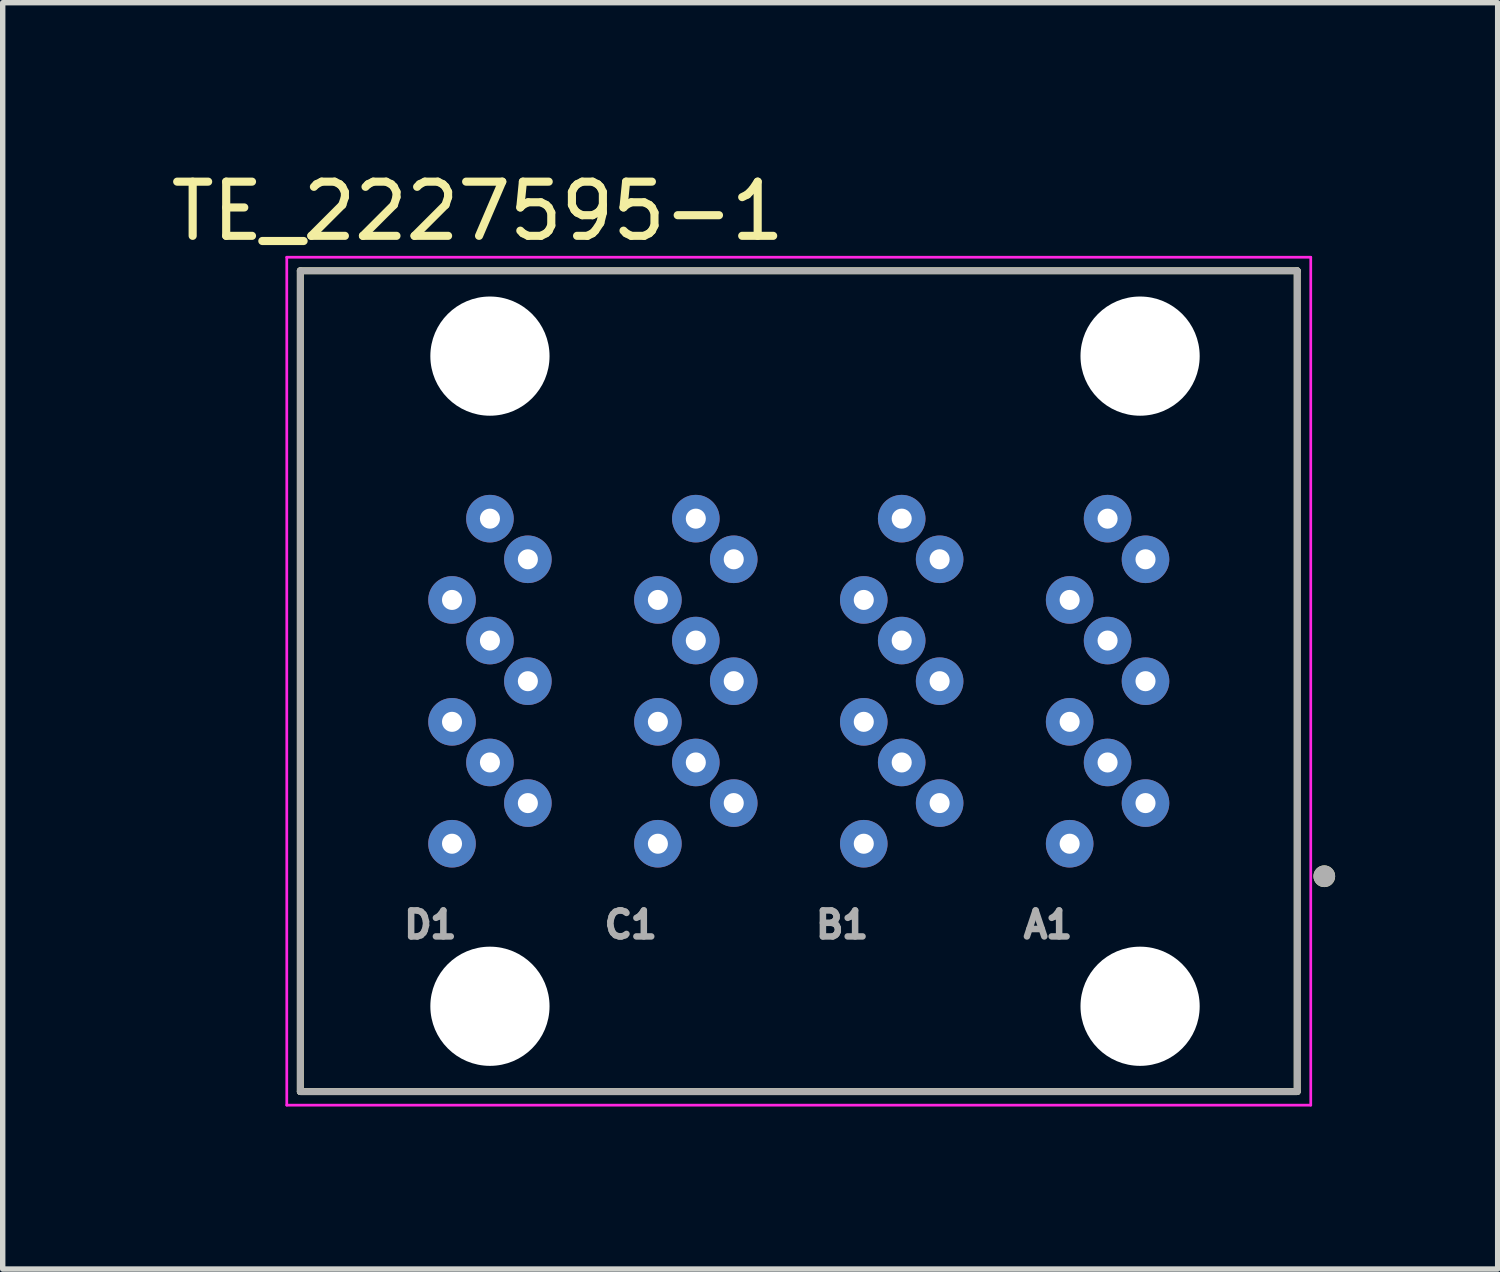
<source format=kicad_pcb>
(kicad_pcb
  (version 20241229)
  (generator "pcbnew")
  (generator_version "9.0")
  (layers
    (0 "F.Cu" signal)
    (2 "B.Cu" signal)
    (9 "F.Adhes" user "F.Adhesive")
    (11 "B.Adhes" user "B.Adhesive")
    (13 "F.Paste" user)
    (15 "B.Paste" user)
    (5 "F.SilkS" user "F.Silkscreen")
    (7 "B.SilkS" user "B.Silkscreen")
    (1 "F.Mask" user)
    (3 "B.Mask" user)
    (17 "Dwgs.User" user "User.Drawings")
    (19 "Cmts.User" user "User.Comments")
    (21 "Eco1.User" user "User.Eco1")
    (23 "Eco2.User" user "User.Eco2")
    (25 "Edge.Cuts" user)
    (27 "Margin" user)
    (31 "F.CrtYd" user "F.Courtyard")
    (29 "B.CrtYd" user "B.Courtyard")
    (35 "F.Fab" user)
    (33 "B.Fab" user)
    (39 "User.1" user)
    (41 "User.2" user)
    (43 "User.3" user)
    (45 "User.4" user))
  (footprint "TE_2227595-1"
    (layer "F.Cu")
    (at 11.693 9.523)
    (property "Reference" "TE_2227595-1" (at -5.925 -8.675 0) (layer "F.SilkS") (effects (font (size 1 1) (thickness 0.15))))
    (attr through_hole)
    (fp_line (start -9.2 -7.575) (end 9.2 -7.575) (stroke (width 0.127) (type solid)) (layer "F.SilkS"))
    (fp_line (start -9.2 7.575) (end -9.2 -7.575) (stroke (width 0.127) (type solid)) (layer "F.SilkS"))
    (fp_line (start 9.2 -7.575) (end 9.2 7.575) (stroke (width 0.127) (type solid)) (layer "F.SilkS"))
    (fp_line (start 9.2 7.575) (end -9.2 7.575) (stroke (width 0.127) (type solid)) (layer "F.SilkS"))
    (fp_circle (center 9.7 3.6) (end 9.8 3.6) (stroke (width 0.2) (type solid)) (fill no) (layer "F.SilkS"))
    (fp_line (start -9.45 -7.825) (end 9.45 -7.825) (stroke (width 0.05) (type solid)) (layer "F.CrtYd"))
    (fp_line (start -9.45 7.825) (end -9.45 -7.825) (stroke (width 0.05) (type solid)) (layer "F.CrtYd"))
    (fp_line (start 9.45 -7.825) (end 9.45 7.825) (stroke (width 0.05) (type solid)) (layer "F.CrtYd"))
    (fp_line (start 9.45 7.825) (end -9.45 7.825) (stroke (width 0.05) (type solid)) (layer "F.CrtYd"))
    (fp_line (start -9.2 -7.575) (end 9.2 -7.575) (stroke (width 0.127) (type solid)) (layer "F.Fab"))
    (fp_line (start -9.2 7.575) (end -9.2 -7.575) (stroke (width 0.127) (type solid)) (layer "F.Fab"))
    (fp_line (start 9.2 -7.575) (end 9.2 7.575) (stroke (width 0.127) (type solid)) (layer "F.Fab"))
    (fp_line (start 9.2 7.575) (end -9.2 7.575) (stroke (width 0.127) (type solid)) (layer "F.Fab"))
    (fp_circle (center 9.7 3.6) (end 9.8 3.6) (stroke (width 0.2) (type solid)) (fill no) (layer "F.Fab"))
    (fp_text user "C1" (at -3.1 4.495 0) (layer "F.Fab") (effects (font (size 0.48 0.48) (thickness 0.15))))
    (fp_text user "D1" (at -6.8 4.495 0) (layer "F.Fab") (effects (font (size 0.48 0.48) (thickness 0.15))))
    (fp_text user "A1" (at 4.6 4.495 0) (layer "F.Fab") (effects (font (size 0.48 0.48) (thickness 0.15))))
    (fp_text user "B1" (at 0.8 4.495 0) (layer "F.Fab") (effects (font (size 0.48 0.48) (thickness 0.15))))
    (pad "" np_thru_hole circle (at -5.7 -6) (size 2.2 2.2) (drill 2.2) (layers "*.Cu" "*.Mask"))
    (pad "" np_thru_hole circle (at -5.7 6) (size 2.2 2.2) (drill 2.2) (layers "*.Cu" "*.Mask"))
    (pad "" np_thru_hole circle (at 6.3 -6) (size 2.2 2.2) (drill 2.2) (layers "*.Cu" "*.Mask"))
    (pad "" np_thru_hole circle (at 6.3 6) (size 2.2 2.2) (drill 2.2) (layers "*.Cu" "*.Mask"))
    (pad "A1" thru_hole circle (at 5 3) (size 0.878 0.878) (drill 0.37) (layers "*.Cu" "*.Mask"))
    (pad "A2" thru_hole circle (at 6.4 2.25) (size 0.878 0.878) (drill 0.37) (layers "*.Cu" "*.Mask"))
    (pad "A3" thru_hole circle (at 5.7 1.5) (size 0.878 0.878) (drill 0.37) (layers "*.Cu" "*.Mask"))
    (pad "A4" thru_hole circle (at 5 0.75) (size 0.878 0.878) (drill 0.37) (layers "*.Cu" "*.Mask"))
    (pad "A5" thru_hole circle (at 6.4 0) (size 0.878 0.878) (drill 0.37) (layers "*.Cu" "*.Mask"))
    (pad "A6" thru_hole circle (at 5.7 -0.75) (size 0.878 0.878) (drill 0.37) (layers "*.Cu" "*.Mask"))
    (pad "A7" thru_hole circle (at 5 -1.5) (size 0.878 0.878) (drill 0.37) (layers "*.Cu" "*.Mask"))
    (pad "A8" thru_hole circle (at 6.4 -2.25) (size 0.878 0.878) (drill 0.37) (layers "*.Cu" "*.Mask"))
    (pad "A9" thru_hole circle (at 5.7 -3) (size 0.878 0.878) (drill 0.37) (layers "*.Cu" "*.Mask"))
    (pad "B1" thru_hole circle (at 1.2 3) (size 0.878 0.878) (drill 0.37) (layers "*.Cu" "*.Mask"))
    (pad "B2" thru_hole circle (at 2.6 2.25) (size 0.878 0.878) (drill 0.37) (layers "*.Cu" "*.Mask"))
    (pad "B3" thru_hole circle (at 1.9 1.5) (size 0.878 0.878) (drill 0.37) (layers "*.Cu" "*.Mask"))
    (pad "B4" thru_hole circle (at 1.2 0.75) (size 0.878 0.878) (drill 0.37) (layers "*.Cu" "*.Mask"))
    (pad "B5" thru_hole circle (at 2.6 0) (size 0.878 0.878) (drill 0.37) (layers "*.Cu" "*.Mask"))
    (pad "B6" thru_hole circle (at 1.9 -0.75) (size 0.878 0.878) (drill 0.37) (layers "*.Cu" "*.Mask"))
    (pad "B7" thru_hole circle (at 1.2 -1.5) (size 0.878 0.878) (drill 0.37) (layers "*.Cu" "*.Mask"))
    (pad "B8" thru_hole circle (at 2.6 -2.25) (size 0.878 0.878) (drill 0.37) (layers "*.Cu" "*.Mask"))
    (pad "B9" thru_hole circle (at 1.9 -3) (size 0.878 0.878) (drill 0.37) (layers "*.Cu" "*.Mask"))
    (pad "C1" thru_hole circle (at -2.6 3) (size 0.878 0.878) (drill 0.37) (layers "*.Cu" "*.Mask"))
    (pad "C2" thru_hole circle (at -1.2 2.25) (size 0.878 0.878) (drill 0.37) (layers "*.Cu" "*.Mask"))
    (pad "C3" thru_hole circle (at -1.9 1.5) (size 0.878 0.878) (drill 0.37) (layers "*.Cu" "*.Mask"))
    (pad "C4" thru_hole circle (at -2.6 0.75) (size 0.878 0.878) (drill 0.37) (layers "*.Cu" "*.Mask"))
    (pad "C5" thru_hole circle (at -1.2 0) (size 0.878 0.878) (drill 0.37) (layers "*.Cu" "*.Mask"))
    (pad "C6" thru_hole circle (at -1.9 -0.75) (size 0.878 0.878) (drill 0.37) (layers "*.Cu" "*.Mask"))
    (pad "C7" thru_hole circle (at -2.6 -1.5) (size 0.878 0.878) (drill 0.37) (layers "*.Cu" "*.Mask"))
    (pad "C8" thru_hole circle (at -1.2 -2.25) (size 0.878 0.878) (drill 0.37) (layers "*.Cu" "*.Mask"))
    (pad "C9" thru_hole circle (at -1.9 -3) (size 0.878 0.878) (drill 0.37) (layers "*.Cu" "*.Mask"))
    (pad "D1" thru_hole circle (at -6.4 3) (size 0.878 0.878) (drill 0.37) (layers "*.Cu" "*.Mask"))
    (pad "D2" thru_hole circle (at -5 2.25) (size 0.878 0.878) (drill 0.37) (layers "*.Cu" "*.Mask"))
    (pad "D3" thru_hole circle (at -5.7 1.5) (size 0.878 0.878) (drill 0.37) (layers "*.Cu" "*.Mask"))
    (pad "D4" thru_hole circle (at -6.4 0.75) (size 0.878 0.878) (drill 0.37) (layers "*.Cu" "*.Mask"))
    (pad "D5" thru_hole circle (at -5 0) (size 0.878 0.878) (drill 0.37) (layers "*.Cu" "*.Mask"))
    (pad "D6" thru_hole circle (at -5.7 -0.75) (size 0.878 0.878) (drill 0.37) (layers "*.Cu" "*.Mask"))
    (pad "D7" thru_hole circle (at -6.4 -1.5) (size 0.878 0.878) (drill 0.37) (layers "*.Cu" "*.Mask"))
    (pad "D8" thru_hole circle (at -5 -2.25) (size 0.878 0.878) (drill 0.37) (layers "*.Cu" "*.Mask"))
    (pad "D9" thru_hole circle (at -5.7 -3) (size 0.878 0.878) (drill 0.37) (layers "*.Cu" "*.Mask")))
  (gr_rect
    (start -3 -3)
    (end 24.593 20.373)
    (stroke (width 0.1) (type default))
    (fill no)
    (layer "Edge.Cuts")))
</source>
